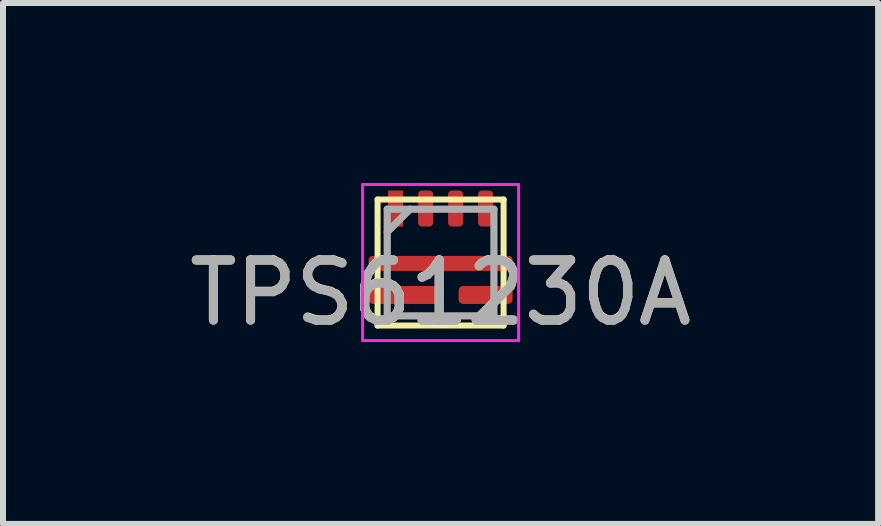
<source format=kicad_pcb>
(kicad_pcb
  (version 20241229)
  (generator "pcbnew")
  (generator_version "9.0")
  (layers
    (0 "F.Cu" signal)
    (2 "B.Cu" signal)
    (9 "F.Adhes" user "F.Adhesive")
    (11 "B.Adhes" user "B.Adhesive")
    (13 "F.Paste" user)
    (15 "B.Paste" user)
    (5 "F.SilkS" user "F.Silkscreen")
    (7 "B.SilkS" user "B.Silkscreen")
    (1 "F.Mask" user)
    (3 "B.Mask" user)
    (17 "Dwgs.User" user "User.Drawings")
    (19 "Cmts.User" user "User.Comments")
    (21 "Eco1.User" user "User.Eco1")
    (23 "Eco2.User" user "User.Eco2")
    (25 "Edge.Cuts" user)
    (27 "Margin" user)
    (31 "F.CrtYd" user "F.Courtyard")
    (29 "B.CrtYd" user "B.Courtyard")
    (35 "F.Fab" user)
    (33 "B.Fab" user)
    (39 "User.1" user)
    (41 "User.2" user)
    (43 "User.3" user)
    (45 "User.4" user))
  (footprint "TPS61230A"
    (layer "F.Cu")
    (at 4.292 1.325)
    (property "Reference" "TPS61230A" (at 0 0.5 0) (layer "F.SilkS") (effects (font (size 1 1) (thickness 0.15))))
    (attr through_hole)
    (fp_line (start -1.05 -1.05) (end -1.05 1.05) (stroke (width 0.1) (type solid)) (layer "F.SilkS"))
    (fp_line (start -1.05 -1.05) (end 1.05 -1.05) (stroke (width 0.1) (type solid)) (layer "F.SilkS"))
    (fp_line (start -1.05 1.05) (end 1.05 1.05) (stroke (width 0.1) (type solid)) (layer "F.SilkS"))
    (fp_line (start 1.05 -1.05) (end 1.05 1.05) (stroke (width 0.1) (type solid)) (layer "F.SilkS"))
    (fp_line (start -1.3 -1.3) (end -1.3 1.3) (stroke (width 0.05) (type solid)) (layer "F.CrtYd"))
    (fp_line (start -1.3 1.3) (end 1.3 1.3) (stroke (width 0.05) (type solid)) (layer "F.CrtYd"))
    (fp_line (start 1.3 -1.3) (end -1.3 -1.3) (stroke (width 0.05) (type solid)) (layer "F.CrtYd"))
    (fp_line (start 1.3 1.3) (end 1.3 -1.3) (stroke (width 0.05) (type solid)) (layer "F.CrtYd"))
    (fp_line (start -0.889 -0.889) (end 0.889 -0.889) (stroke (width 0.12) (type solid)) (layer "F.Fab"))
    (fp_line (start -0.889 -0.508) (end -0.508 -0.889) (stroke (width 0.12) (type solid)) (layer "F.Fab"))
    (fp_line (start -0.889 0.889) (end -0.889 -0.889) (stroke (width 0.12) (type solid)) (layer "F.Fab"))
    (fp_line (start 0.889 -0.889) (end 0.889 0.889) (stroke (width 0.12) (type solid)) (layer "F.Fab"))
    (fp_line (start 0.889 0.889) (end -0.889 0.889) (stroke (width 0.12) (type solid)) (layer "F.Fab"))
    (fp_text user "${REFERENCE}" (at 0 0.508 0) (layer "F.Fab") (effects (font (size 1 1) (thickness 0.15))))
    (pad "1" smd rect (at -0.75 -0.9) (size 0.25 0.6) (layers "F.Cu" "F.Mask" "F.Paste"))
    (pad "2" smd roundrect (at -0.25 -0.9) (size 0.25 0.6) (layers "F.Cu" "F.Mask" "F.Paste") (roundrect_rratio 0.25))
    (pad "3" smd roundrect (at 0.25 -0.9) (size 0.25 0.6) (layers "F.Cu" "F.Mask" "F.Paste") (roundrect_rratio 0.25))
    (pad "4" smd roundrect (at 0.75 -0.9) (size 0.25 0.6) (layers "F.Cu" "F.Mask" "F.Paste") (roundrect_rratio 0.25))
    (pad "5" smd roundrect (at 0 0.015) (size 2.4 0.25) (layers "F.Cu" "F.Mask" "F.Paste") (roundrect_rratio 0.25))
    (pad "6" smd roundrect (at 0.75 0.54) (size 0.9 0.3) (layers "F.Cu" "F.Mask" "F.Paste") (roundrect_rratio 0.25))
    (pad "7" smd roundrect (at -0.6 0.54) (size 1.2 0.3) (layers "F.Cu" "F.Mask" "F.Paste") (roundrect_rratio 0.25)))
  (gr_rect
    (start -3 -3)
    (end 11.583 5.681)
    (stroke (width 0.1) (type default))
    (fill no)
    (layer "Edge.Cuts")))
</source>
